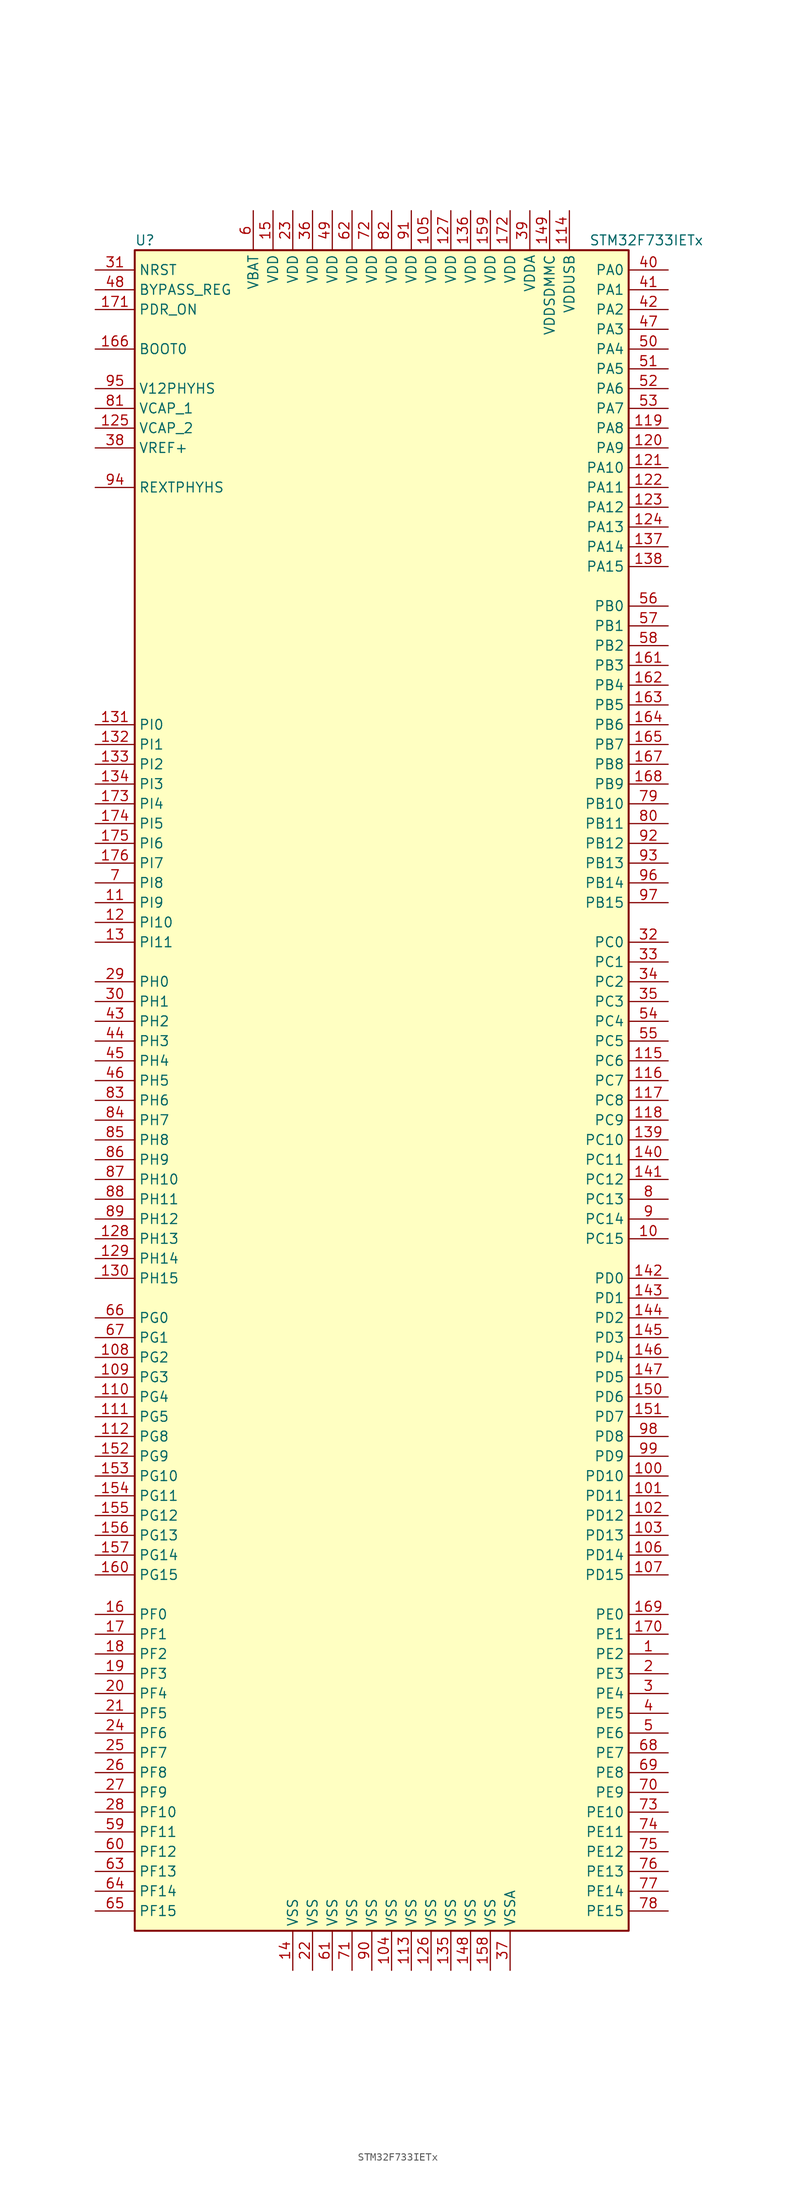
<source format=kicad_sym>
(kicad_symbol_lib
  (version 20201005)
  (generator kicad_symbol_editor)
  (symbol "MCU_ST_STM32F7:STM32F733IETx"
    (property "Reference" "U"
      (at -33.02 107.95 0)
      (effects (font (size 1.27 1.27)) (justify left)))
    (property "Value" "STM32F733IETx"
      (at 25.4 107.95 0)
      (effects (font (size 1.27 1.27)) (justify left)))
    (symbol "STM32F733IETx_0_1"
      (rectangle (start -33.02 -109.22) (end 30.48 106.68) (stroke (width 0.254)) (fill (type background))))
    (symbol "STM32F733IETx_1_1"
      (pin input line (at -38.1 93.98 0) (length 5.08) (name "BOOT0" (effects (font (size 1.27 1.27)))) (number "166" (effects (font (size 1.27 1.27)))))
      (pin input line (at -38.1 101.6 0) (length 5.08) (name "BYPASS_REG" (effects (font (size 1.27 1.27)))) (number "48" (effects (font (size 1.27 1.27)))))
      (pin input line (at -38.1 104.14 0) (length 5.08) (name "NRST" (effects (font (size 1.27 1.27)))) (number "31" (effects (font (size 1.27 1.27)))))
      (pin bidirectional line (at 35.56 104.14 180) (length 5.08) (name "PA0" (effects (font (size 1.27 1.27)))) (number "40" (effects (font (size 1.27 1.27)))))
      (pin bidirectional line (at 35.56 101.6 180) (length 5.08) (name "PA1" (effects (font (size 1.27 1.27)))) (number "41" (effects (font (size 1.27 1.27)))))
      (pin bidirectional line (at 35.56 78.74 180) (length 5.08) (name "PA10" (effects (font (size 1.27 1.27)))) (number "121" (effects (font (size 1.27 1.27)))))
      (pin bidirectional line (at 35.56 76.2 180) (length 5.08) (name "PA11" (effects (font (size 1.27 1.27)))) (number "122" (effects (font (size 1.27 1.27)))))
      (pin bidirectional line (at 35.56 73.66 180) (length 5.08) (name "PA12" (effects (font (size 1.27 1.27)))) (number "123" (effects (font (size 1.27 1.27)))))
      (pin bidirectional line (at 35.56 71.12 180) (length 5.08) (name "PA13" (effects (font (size 1.27 1.27)))) (number "124" (effects (font (size 1.27 1.27)))))
      (pin bidirectional line (at 35.56 68.58 180) (length 5.08) (name "PA14" (effects (font (size 1.27 1.27)))) (number "137" (effects (font (size 1.27 1.27)))))
      (pin bidirectional line (at 35.56 66.04 180) (length 5.08) (name "PA15" (effects (font (size 1.27 1.27)))) (number "138" (effects (font (size 1.27 1.27)))))
      (pin bidirectional line (at 35.56 99.06 180) (length 5.08) (name "PA2" (effects (font (size 1.27 1.27)))) (number "42" (effects (font (size 1.27 1.27)))))
      (pin bidirectional line (at 35.56 96.52 180) (length 5.08) (name "PA3" (effects (font (size 1.27 1.27)))) (number "47" (effects (font (size 1.27 1.27)))))
      (pin bidirectional line (at 35.56 93.98 180) (length 5.08) (name "PA4" (effects (font (size 1.27 1.27)))) (number "50" (effects (font (size 1.27 1.27)))))
      (pin bidirectional line (at 35.56 91.44 180) (length 5.08) (name "PA5" (effects (font (size 1.27 1.27)))) (number "51" (effects (font (size 1.27 1.27)))))
      (pin bidirectional line (at 35.56 88.9 180) (length 5.08) (name "PA6" (effects (font (size 1.27 1.27)))) (number "52" (effects (font (size 1.27 1.27)))))
      (pin bidirectional line (at 35.56 86.36 180) (length 5.08) (name "PA7" (effects (font (size 1.27 1.27)))) (number "53" (effects (font (size 1.27 1.27)))))
      (pin bidirectional line (at 35.56 83.82 180) (length 5.08) (name "PA8" (effects (font (size 1.27 1.27)))) (number "119" (effects (font (size 1.27 1.27)))))
      (pin bidirectional line (at 35.56 81.28 180) (length 5.08) (name "PA9" (effects (font (size 1.27 1.27)))) (number "120" (effects (font (size 1.27 1.27)))))
      (pin bidirectional line (at 35.56 60.96 180) (length 5.08) (name "PB0" (effects (font (size 1.27 1.27)))) (number "56" (effects (font (size 1.27 1.27)))))
      (pin bidirectional line (at 35.56 58.42 180) (length 5.08) (name "PB1" (effects (font (size 1.27 1.27)))) (number "57" (effects (font (size 1.27 1.27)))))
      (pin bidirectional line (at 35.56 35.56 180) (length 5.08) (name "PB10" (effects (font (size 1.27 1.27)))) (number "79" (effects (font (size 1.27 1.27)))))
      (pin bidirectional line (at 35.56 33.02 180) (length 5.08) (name "PB11" (effects (font (size 1.27 1.27)))) (number "80" (effects (font (size 1.27 1.27)))))
      (pin bidirectional line (at 35.56 30.48 180) (length 5.08) (name "PB12" (effects (font (size 1.27 1.27)))) (number "92" (effects (font (size 1.27 1.27)))))
      (pin bidirectional line (at 35.56 27.94 180) (length 5.08) (name "PB13" (effects (font (size 1.27 1.27)))) (number "93" (effects (font (size 1.27 1.27)))))
      (pin bidirectional line (at 35.56 25.4 180) (length 5.08) (name "PB14" (effects (font (size 1.27 1.27)))) (number "96" (effects (font (size 1.27 1.27)))))
      (pin bidirectional line (at 35.56 22.86 180) (length 5.08) (name "PB15" (effects (font (size 1.27 1.27)))) (number "97" (effects (font (size 1.27 1.27)))))
      (pin bidirectional line (at 35.56 55.88 180) (length 5.08) (name "PB2" (effects (font (size 1.27 1.27)))) (number "58" (effects (font (size 1.27 1.27)))))
      (pin bidirectional line (at 35.56 53.34 180) (length 5.08) (name "PB3" (effects (font (size 1.27 1.27)))) (number "161" (effects (font (size 1.27 1.27)))))
      (pin bidirectional line (at 35.56 50.8 180) (length 5.08) (name "PB4" (effects (font (size 1.27 1.27)))) (number "162" (effects (font (size 1.27 1.27)))))
      (pin bidirectional line (at 35.56 48.26 180) (length 5.08) (name "PB5" (effects (font (size 1.27 1.27)))) (number "163" (effects (font (size 1.27 1.27)))))
      (pin bidirectional line (at 35.56 45.72 180) (length 5.08) (name "PB6" (effects (font (size 1.27 1.27)))) (number "164" (effects (font (size 1.27 1.27)))))
      (pin bidirectional line (at 35.56 43.18 180) (length 5.08) (name "PB7" (effects (font (size 1.27 1.27)))) (number "165" (effects (font (size 1.27 1.27)))))
      (pin bidirectional line (at 35.56 40.64 180) (length 5.08) (name "PB8" (effects (font (size 1.27 1.27)))) (number "167" (effects (font (size 1.27 1.27)))))
      (pin bidirectional line (at 35.56 38.1 180) (length 5.08) (name "PB9" (effects (font (size 1.27 1.27)))) (number "168" (effects (font (size 1.27 1.27)))))
      (pin bidirectional line (at 35.56 17.78 180) (length 5.08) (name "PC0" (effects (font (size 1.27 1.27)))) (number "32" (effects (font (size 1.27 1.27)))))
      (pin bidirectional line (at 35.56 15.24 180) (length 5.08) (name "PC1" (effects (font (size 1.27 1.27)))) (number "33" (effects (font (size 1.27 1.27)))))
      (pin bidirectional line (at 35.56 -7.62 180) (length 5.08) (name "PC10" (effects (font (size 1.27 1.27)))) (number "139" (effects (font (size 1.27 1.27)))))
      (pin bidirectional line (at 35.56 -10.16 180) (length 5.08) (name "PC11" (effects (font (size 1.27 1.27)))) (number "140" (effects (font (size 1.27 1.27)))))
      (pin bidirectional line (at 35.56 -12.7 180) (length 5.08) (name "PC12" (effects (font (size 1.27 1.27)))) (number "141" (effects (font (size 1.27 1.27)))))
      (pin bidirectional line (at 35.56 -15.24 180) (length 5.08) (name "PC13" (effects (font (size 1.27 1.27)))) (number "8" (effects (font (size 1.27 1.27)))))
      (pin bidirectional line (at 35.56 -17.78 180) (length 5.08) (name "PC14" (effects (font (size 1.27 1.27)))) (number "9" (effects (font (size 1.27 1.27)))))
      (pin bidirectional line (at 35.56 -20.32 180) (length 5.08) (name "PC15" (effects (font (size 1.27 1.27)))) (number "10" (effects (font (size 1.27 1.27)))))
      (pin bidirectional line (at 35.56 12.7 180) (length 5.08) (name "PC2" (effects (font (size 1.27 1.27)))) (number "34" (effects (font (size 1.27 1.27)))))
      (pin bidirectional line (at 35.56 10.16 180) (length 5.08) (name "PC3" (effects (font (size 1.27 1.27)))) (number "35" (effects (font (size 1.27 1.27)))))
      (pin bidirectional line (at 35.56 7.62 180) (length 5.08) (name "PC4" (effects (font (size 1.27 1.27)))) (number "54" (effects (font (size 1.27 1.27)))))
      (pin bidirectional line (at 35.56 5.08 180) (length 5.08) (name "PC5" (effects (font (size 1.27 1.27)))) (number "55" (effects (font (size 1.27 1.27)))))
      (pin bidirectional line (at 35.56 2.54 180) (length 5.08) (name "PC6" (effects (font (size 1.27 1.27)))) (number "115" (effects (font (size 1.27 1.27)))))
      (pin bidirectional line (at 35.56 0 180) (length 5.08) (name "PC7" (effects (font (size 1.27 1.27)))) (number "116" (effects (font (size 1.27 1.27)))))
      (pin bidirectional line (at 35.56 -2.54 180) (length 5.08) (name "PC8" (effects (font (size 1.27 1.27)))) (number "117" (effects (font (size 1.27 1.27)))))
      (pin bidirectional line (at 35.56 -5.08 180) (length 5.08) (name "PC9" (effects (font (size 1.27 1.27)))) (number "118" (effects (font (size 1.27 1.27)))))
      (pin bidirectional line (at 35.56 -25.4 180) (length 5.08) (name "PD0" (effects (font (size 1.27 1.27)))) (number "142" (effects (font (size 1.27 1.27)))))
      (pin bidirectional line (at 35.56 -27.94 180) (length 5.08) (name "PD1" (effects (font (size 1.27 1.27)))) (number "143" (effects (font (size 1.27 1.27)))))
      (pin bidirectional line (at 35.56 -50.8 180) (length 5.08) (name "PD10" (effects (font (size 1.27 1.27)))) (number "100" (effects (font (size 1.27 1.27)))))
      (pin bidirectional line (at 35.56 -53.34 180) (length 5.08) (name "PD11" (effects (font (size 1.27 1.27)))) (number "101" (effects (font (size 1.27 1.27)))))
      (pin bidirectional line (at 35.56 -55.88 180) (length 5.08) (name "PD12" (effects (font (size 1.27 1.27)))) (number "102" (effects (font (size 1.27 1.27)))))
      (pin bidirectional line (at 35.56 -58.42 180) (length 5.08) (name "PD13" (effects (font (size 1.27 1.27)))) (number "103" (effects (font (size 1.27 1.27)))))
      (pin bidirectional line (at 35.56 -60.96 180) (length 5.08) (name "PD14" (effects (font (size 1.27 1.27)))) (number "106" (effects (font (size 1.27 1.27)))))
      (pin bidirectional line (at 35.56 -63.5 180) (length 5.08) (name "PD15" (effects (font (size 1.27 1.27)))) (number "107" (effects (font (size 1.27 1.27)))))
      (pin bidirectional line (at 35.56 -30.48 180) (length 5.08) (name "PD2" (effects (font (size 1.27 1.27)))) (number "144" (effects (font (size 1.27 1.27)))))
      (pin bidirectional line (at 35.56 -33.02 180) (length 5.08) (name "PD3" (effects (font (size 1.27 1.27)))) (number "145" (effects (font (size 1.27 1.27)))))
      (pin bidirectional line (at 35.56 -35.56 180) (length 5.08) (name "PD4" (effects (font (size 1.27 1.27)))) (number "146" (effects (font (size 1.27 1.27)))))
      (pin bidirectional line (at 35.56 -38.1 180) (length 5.08) (name "PD5" (effects (font (size 1.27 1.27)))) (number "147" (effects (font (size 1.27 1.27)))))
      (pin bidirectional line (at 35.56 -40.64 180) (length 5.08) (name "PD6" (effects (font (size 1.27 1.27)))) (number "150" (effects (font (size 1.27 1.27)))))
      (pin bidirectional line (at 35.56 -43.18 180) (length 5.08) (name "PD7" (effects (font (size 1.27 1.27)))) (number "151" (effects (font (size 1.27 1.27)))))
      (pin bidirectional line (at 35.56 -45.72 180) (length 5.08) (name "PD8" (effects (font (size 1.27 1.27)))) (number "98" (effects (font (size 1.27 1.27)))))
      (pin bidirectional line (at 35.56 -48.26 180) (length 5.08) (name "PD9" (effects (font (size 1.27 1.27)))) (number "99" (effects (font (size 1.27 1.27)))))
      (pin input line (at -38.1 99.06 0) (length 5.08) (name "PDR_ON" (effects (font (size 1.27 1.27)))) (number "171" (effects (font (size 1.27 1.27)))))
      (pin bidirectional line (at 35.56 -68.58 180) (length 5.08) (name "PE0" (effects (font (size 1.27 1.27)))) (number "169" (effects (font (size 1.27 1.27)))))
      (pin bidirectional line (at 35.56 -71.12 180) (length 5.08) (name "PE1" (effects (font (size 1.27 1.27)))) (number "170" (effects (font (size 1.27 1.27)))))
      (pin bidirectional line (at 35.56 -93.98 180) (length 5.08) (name "PE10" (effects (font (size 1.27 1.27)))) (number "73" (effects (font (size 1.27 1.27)))))
      (pin bidirectional line (at 35.56 -96.52 180) (length 5.08) (name "PE11" (effects (font (size 1.27 1.27)))) (number "74" (effects (font (size 1.27 1.27)))))
      (pin bidirectional line (at 35.56 -99.06 180) (length 5.08) (name "PE12" (effects (font (size 1.27 1.27)))) (number "75" (effects (font (size 1.27 1.27)))))
      (pin bidirectional line (at 35.56 -101.6 180) (length 5.08) (name "PE13" (effects (font (size 1.27 1.27)))) (number "76" (effects (font (size 1.27 1.27)))))
      (pin bidirectional line (at 35.56 -104.14 180) (length 5.08) (name "PE14" (effects (font (size 1.27 1.27)))) (number "77" (effects (font (size 1.27 1.27)))))
      (pin bidirectional line (at 35.56 -106.68 180) (length 5.08) (name "PE15" (effects (font (size 1.27 1.27)))) (number "78" (effects (font (size 1.27 1.27)))))
      (pin bidirectional line (at 35.56 -73.66 180) (length 5.08) (name "PE2" (effects (font (size 1.27 1.27)))) (number "1" (effects (font (size 1.27 1.27)))))
      (pin bidirectional line (at 35.56 -76.2 180) (length 5.08) (name "PE3" (effects (font (size 1.27 1.27)))) (number "2" (effects (font (size 1.27 1.27)))))
      (pin bidirectional line (at 35.56 -78.74 180) (length 5.08) (name "PE4" (effects (font (size 1.27 1.27)))) (number "3" (effects (font (size 1.27 1.27)))))
      (pin bidirectional line (at 35.56 -81.28 180) (length 5.08) (name "PE5" (effects (font (size 1.27 1.27)))) (number "4" (effects (font (size 1.27 1.27)))))
      (pin bidirectional line (at 35.56 -83.82 180) (length 5.08) (name "PE6" (effects (font (size 1.27 1.27)))) (number "5" (effects (font (size 1.27 1.27)))))
      (pin bidirectional line (at 35.56 -86.36 180) (length 5.08) (name "PE7" (effects (font (size 1.27 1.27)))) (number "68" (effects (font (size 1.27 1.27)))))
      (pin bidirectional line (at 35.56 -88.9 180) (length 5.08) (name "PE8" (effects (font (size 1.27 1.27)))) (number "69" (effects (font (size 1.27 1.27)))))
      (pin bidirectional line (at 35.56 -91.44 180) (length 5.08) (name "PE9" (effects (font (size 1.27 1.27)))) (number "70" (effects (font (size 1.27 1.27)))))
      (pin bidirectional line (at -38.1 -68.58 0) (length 5.08) (name "PF0" (effects (font (size 1.27 1.27)))) (number "16" (effects (font (size 1.27 1.27)))))
      (pin bidirectional line (at -38.1 -71.12 0) (length 5.08) (name "PF1" (effects (font (size 1.27 1.27)))) (number "17" (effects (font (size 1.27 1.27)))))
      (pin bidirectional line (at -38.1 -93.98 0) (length 5.08) (name "PF10" (effects (font (size 1.27 1.27)))) (number "28" (effects (font (size 1.27 1.27)))))
      (pin bidirectional line (at -38.1 -96.52 0) (length 5.08) (name "PF11" (effects (font (size 1.27 1.27)))) (number "59" (effects (font (size 1.27 1.27)))))
      (pin bidirectional line (at -38.1 -99.06 0) (length 5.08) (name "PF12" (effects (font (size 1.27 1.27)))) (number "60" (effects (font (size 1.27 1.27)))))
      (pin bidirectional line (at -38.1 -101.6 0) (length 5.08) (name "PF13" (effects (font (size 1.27 1.27)))) (number "63" (effects (font (size 1.27 1.27)))))
      (pin bidirectional line (at -38.1 -104.14 0) (length 5.08) (name "PF14" (effects (font (size 1.27 1.27)))) (number "64" (effects (font (size 1.27 1.27)))))
      (pin bidirectional line (at -38.1 -106.68 0) (length 5.08) (name "PF15" (effects (font (size 1.27 1.27)))) (number "65" (effects (font (size 1.27 1.27)))))
      (pin bidirectional line (at -38.1 -73.66 0) (length 5.08) (name "PF2" (effects (font (size 1.27 1.27)))) (number "18" (effects (font (size 1.27 1.27)))))
      (pin bidirectional line (at -38.1 -76.2 0) (length 5.08) (name "PF3" (effects (font (size 1.27 1.27)))) (number "19" (effects (font (size 1.27 1.27)))))
      (pin bidirectional line (at -38.1 -78.74 0) (length 5.08) (name "PF4" (effects (font (size 1.27 1.27)))) (number "20" (effects (font (size 1.27 1.27)))))
      (pin bidirectional line (at -38.1 -81.28 0) (length 5.08) (name "PF5" (effects (font (size 1.27 1.27)))) (number "21" (effects (font (size 1.27 1.27)))))
      (pin bidirectional line (at -38.1 -83.82 0) (length 5.08) (name "PF6" (effects (font (size 1.27 1.27)))) (number "24" (effects (font (size 1.27 1.27)))))
      (pin bidirectional line (at -38.1 -86.36 0) (length 5.08) (name "PF7" (effects (font (size 1.27 1.27)))) (number "25" (effects (font (size 1.27 1.27)))))
      (pin bidirectional line (at -38.1 -88.9 0) (length 5.08) (name "PF8" (effects (font (size 1.27 1.27)))) (number "26" (effects (font (size 1.27 1.27)))))
      (pin bidirectional line (at -38.1 -91.44 0) (length 5.08) (name "PF9" (effects (font (size 1.27 1.27)))) (number "27" (effects (font (size 1.27 1.27)))))
      (pin bidirectional line (at -38.1 -30.48 0) (length 5.08) (name "PG0" (effects (font (size 1.27 1.27)))) (number "66" (effects (font (size 1.27 1.27)))))
      (pin bidirectional line (at -38.1 -33.02 0) (length 5.08) (name "PG1" (effects (font (size 1.27 1.27)))) (number "67" (effects (font (size 1.27 1.27)))))
      (pin bidirectional line (at -38.1 -50.8 0) (length 5.08) (name "PG10" (effects (font (size 1.27 1.27)))) (number "153" (effects (font (size 1.27 1.27)))))
      (pin bidirectional line (at -38.1 -53.34 0) (length 5.08) (name "PG11" (effects (font (size 1.27 1.27)))) (number "154" (effects (font (size 1.27 1.27)))))
      (pin bidirectional line (at -38.1 -55.88 0) (length 5.08) (name "PG12" (effects (font (size 1.27 1.27)))) (number "155" (effects (font (size 1.27 1.27)))))
      (pin bidirectional line (at -38.1 -58.42 0) (length 5.08) (name "PG13" (effects (font (size 1.27 1.27)))) (number "156" (effects (font (size 1.27 1.27)))))
      (pin bidirectional line (at -38.1 -60.96 0) (length 5.08) (name "PG14" (effects (font (size 1.27 1.27)))) (number "157" (effects (font (size 1.27 1.27)))))
      (pin bidirectional line (at -38.1 -63.5 0) (length 5.08) (name "PG15" (effects (font (size 1.27 1.27)))) (number "160" (effects (font (size 1.27 1.27)))))
      (pin bidirectional line (at -38.1 -35.56 0) (length 5.08) (name "PG2" (effects (font (size 1.27 1.27)))) (number "108" (effects (font (size 1.27 1.27)))))
      (pin bidirectional line (at -38.1 -38.1 0) (length 5.08) (name "PG3" (effects (font (size 1.27 1.27)))) (number "109" (effects (font (size 1.27 1.27)))))
      (pin bidirectional line (at -38.1 -40.64 0) (length 5.08) (name "PG4" (effects (font (size 1.27 1.27)))) (number "110" (effects (font (size 1.27 1.27)))))
      (pin bidirectional line (at -38.1 -43.18 0) (length 5.08) (name "PG5" (effects (font (size 1.27 1.27)))) (number "111" (effects (font (size 1.27 1.27)))))
      (pin bidirectional line (at -38.1 -45.72 0) (length 5.08) (name "PG8" (effects (font (size 1.27 1.27)))) (number "112" (effects (font (size 1.27 1.27)))))
      (pin bidirectional line (at -38.1 -48.26 0) (length 5.08) (name "PG9" (effects (font (size 1.27 1.27)))) (number "152" (effects (font (size 1.27 1.27)))))
      (pin input line (at -38.1 12.7 0) (length 5.08) (name "PH0" (effects (font (size 1.27 1.27)))) (number "29" (effects (font (size 1.27 1.27)))))
      (pin input line (at -38.1 10.16 0) (length 5.08) (name "PH1" (effects (font (size 1.27 1.27)))) (number "30" (effects (font (size 1.27 1.27)))))
      (pin bidirectional line (at -38.1 -12.7 0) (length 5.08) (name "PH10" (effects (font (size 1.27 1.27)))) (number "87" (effects (font (size 1.27 1.27)))))
      (pin bidirectional line (at -38.1 -15.24 0) (length 5.08) (name "PH11" (effects (font (size 1.27 1.27)))) (number "88" (effects (font (size 1.27 1.27)))))
      (pin bidirectional line (at -38.1 -17.78 0) (length 5.08) (name "PH12" (effects (font (size 1.27 1.27)))) (number "89" (effects (font (size 1.27 1.27)))))
      (pin bidirectional line (at -38.1 -20.32 0) (length 5.08) (name "PH13" (effects (font (size 1.27 1.27)))) (number "128" (effects (font (size 1.27 1.27)))))
      (pin bidirectional line (at -38.1 -22.86 0) (length 5.08) (name "PH14" (effects (font (size 1.27 1.27)))) (number "129" (effects (font (size 1.27 1.27)))))
      (pin bidirectional line (at -38.1 -25.4 0) (length 5.08) (name "PH15" (effects (font (size 1.27 1.27)))) (number "130" (effects (font (size 1.27 1.27)))))
      (pin bidirectional line (at -38.1 7.62 0) (length 5.08) (name "PH2" (effects (font (size 1.27 1.27)))) (number "43" (effects (font (size 1.27 1.27)))))
      (pin bidirectional line (at -38.1 5.08 0) (length 5.08) (name "PH3" (effects (font (size 1.27 1.27)))) (number "44" (effects (font (size 1.27 1.27)))))
      (pin bidirectional line (at -38.1 2.54 0) (length 5.08) (name "PH4" (effects (font (size 1.27 1.27)))) (number "45" (effects (font (size 1.27 1.27)))))
      (pin bidirectional line (at -38.1 0 0) (length 5.08) (name "PH5" (effects (font (size 1.27 1.27)))) (number "46" (effects (font (size 1.27 1.27)))))
      (pin bidirectional line (at -38.1 -2.54 0) (length 5.08) (name "PH6" (effects (font (size 1.27 1.27)))) (number "83" (effects (font (size 1.27 1.27)))))
      (pin bidirectional line (at -38.1 -5.08 0) (length 5.08) (name "PH7" (effects (font (size 1.27 1.27)))) (number "84" (effects (font (size 1.27 1.27)))))
      (pin bidirectional line (at -38.1 -7.62 0) (length 5.08) (name "PH8" (effects (font (size 1.27 1.27)))) (number "85" (effects (font (size 1.27 1.27)))))
      (pin bidirectional line (at -38.1 -10.16 0) (length 5.08) (name "PH9" (effects (font (size 1.27 1.27)))) (number "86" (effects (font (size 1.27 1.27)))))
      (pin bidirectional line (at -38.1 45.72 0) (length 5.08) (name "PI0" (effects (font (size 1.27 1.27)))) (number "131" (effects (font (size 1.27 1.27)))))
      (pin bidirectional line (at -38.1 43.18 0) (length 5.08) (name "PI1" (effects (font (size 1.27 1.27)))) (number "132" (effects (font (size 1.27 1.27)))))
      (pin bidirectional line (at -38.1 20.32 0) (length 5.08) (name "PI10" (effects (font (size 1.27 1.27)))) (number "12" (effects (font (size 1.27 1.27)))))
      (pin bidirectional line (at -38.1 17.78 0) (length 5.08) (name "PI11" (effects (font (size 1.27 1.27)))) (number "13" (effects (font (size 1.27 1.27)))))
      (pin bidirectional line (at -38.1 40.64 0) (length 5.08) (name "PI2" (effects (font (size 1.27 1.27)))) (number "133" (effects (font (size 1.27 1.27)))))
      (pin bidirectional line (at -38.1 38.1 0) (length 5.08) (name "PI3" (effects (font (size 1.27 1.27)))) (number "134" (effects (font (size 1.27 1.27)))))
      (pin bidirectional line (at -38.1 35.56 0) (length 5.08) (name "PI4" (effects (font (size 1.27 1.27)))) (number "173" (effects (font (size 1.27 1.27)))))
      (pin bidirectional line (at -38.1 33.02 0) (length 5.08) (name "PI5" (effects (font (size 1.27 1.27)))) (number "174" (effects (font (size 1.27 1.27)))))
      (pin bidirectional line (at -38.1 30.48 0) (length 5.08) (name "PI6" (effects (font (size 1.27 1.27)))) (number "175" (effects (font (size 1.27 1.27)))))
      (pin bidirectional line (at -38.1 27.94 0) (length 5.08) (name "PI7" (effects (font (size 1.27 1.27)))) (number "176" (effects (font (size 1.27 1.27)))))
      (pin bidirectional line (at -38.1 25.4 0) (length 5.08) (name "PI8" (effects (font (size 1.27 1.27)))) (number "7" (effects (font (size 1.27 1.27)))))
      (pin bidirectional line (at -38.1 22.86 0) (length 5.08) (name "PI9" (effects (font (size 1.27 1.27)))) (number "11" (effects (font (size 1.27 1.27)))))
      (pin bidirectional line (at -38.1 76.2 0) (length 5.08) (name "REXTPHYHS" (effects (font (size 1.27 1.27)))) (number "94" (effects (font (size 1.27 1.27)))))
      (pin power_in line (at -38.1 88.9 0) (length 5.08) (name "V12PHYHS" (effects (font (size 1.27 1.27)))) (number "95" (effects (font (size 1.27 1.27)))))
      (pin power_in line (at -17.78 111.76 270) (length 5.08) (name "VBAT" (effects (font (size 1.27 1.27)))) (number "6" (effects (font (size 1.27 1.27)))))
      (pin power_in line (at -38.1 86.36 0) (length 5.08) (name "VCAP_1" (effects (font (size 1.27 1.27)))) (number "81" (effects (font (size 1.27 1.27)))))
      (pin power_in line (at -38.1 83.82 0) (length 5.08) (name "VCAP_2" (effects (font (size 1.27 1.27)))) (number "125" (effects (font (size 1.27 1.27)))))
      (pin power_in line (at 5.08 111.76 270) (length 5.08) (name "VDD" (effects (font (size 1.27 1.27)))) (number "105" (effects (font (size 1.27 1.27)))))
      (pin power_in line (at 7.62 111.76 270) (length 5.08) (name "VDD" (effects (font (size 1.27 1.27)))) (number "127" (effects (font (size 1.27 1.27)))))
      (pin power_in line (at 10.16 111.76 270) (length 5.08) (name "VDD" (effects (font (size 1.27 1.27)))) (number "136" (effects (font (size 1.27 1.27)))))
      (pin power_in line (at -15.24 111.76 270) (length 5.08) (name "VDD" (effects (font (size 1.27 1.27)))) (number "15" (effects (font (size 1.27 1.27)))))
      (pin power_in line (at 12.7 111.76 270) (length 5.08) (name "VDD" (effects (font (size 1.27 1.27)))) (number "159" (effects (font (size 1.27 1.27)))))
      (pin power_in line (at 15.24 111.76 270) (length 5.08) (name "VDD" (effects (font (size 1.27 1.27)))) (number "172" (effects (font (size 1.27 1.27)))))
      (pin power_in line (at -12.7 111.76 270) (length 5.08) (name "VDD" (effects (font (size 1.27 1.27)))) (number "23" (effects (font (size 1.27 1.27)))))
      (pin power_in line (at -10.16 111.76 270) (length 5.08) (name "VDD" (effects (font (size 1.27 1.27)))) (number "36" (effects (font (size 1.27 1.27)))))
      (pin power_in line (at -7.62 111.76 270) (length 5.08) (name "VDD" (effects (font (size 1.27 1.27)))) (number "49" (effects (font (size 1.27 1.27)))))
      (pin power_in line (at -5.08 111.76 270) (length 5.08) (name "VDD" (effects (font (size 1.27 1.27)))) (number "62" (effects (font (size 1.27 1.27)))))
      (pin power_in line (at -2.54 111.76 270) (length 5.08) (name "VDD" (effects (font (size 1.27 1.27)))) (number "72" (effects (font (size 1.27 1.27)))))
      (pin power_in line (at 0 111.76 270) (length 5.08) (name "VDD" (effects (font (size 1.27 1.27)))) (number "82" (effects (font (size 1.27 1.27)))))
      (pin power_in line (at 2.54 111.76 270) (length 5.08) (name "VDD" (effects (font (size 1.27 1.27)))) (number "91" (effects (font (size 1.27 1.27)))))
      (pin power_in line (at 17.78 111.76 270) (length 5.08) (name "VDDA" (effects (font (size 1.27 1.27)))) (number "39" (effects (font (size 1.27 1.27)))))
      (pin power_in line (at 20.32 111.76 270) (length 5.08) (name "VDDSDMMC" (effects (font (size 1.27 1.27)))) (number "149" (effects (font (size 1.27 1.27)))))
      (pin power_in line (at 22.86 111.76 270) (length 5.08) (name "VDDUSB" (effects (font (size 1.27 1.27)))) (number "114" (effects (font (size 1.27 1.27)))))
      (pin power_in line (at -38.1 81.28 0) (length 5.08) (name "VREF+" (effects (font (size 1.27 1.27)))) (number "38" (effects (font (size 1.27 1.27)))))
      (pin power_in line (at 0 -114.3 90) (length 5.08) (name "VSS" (effects (font (size 1.27 1.27)))) (number "104" (effects (font (size 1.27 1.27)))))
      (pin power_in line (at 2.54 -114.3 90) (length 5.08) (name "VSS" (effects (font (size 1.27 1.27)))) (number "113" (effects (font (size 1.27 1.27)))))
      (pin power_in line (at 5.08 -114.3 90) (length 5.08) (name "VSS" (effects (font (size 1.27 1.27)))) (number "126" (effects (font (size 1.27 1.27)))))
      (pin power_in line (at 7.62 -114.3 90) (length 5.08) (name "VSS" (effects (font (size 1.27 1.27)))) (number "135" (effects (font (size 1.27 1.27)))))
      (pin power_in line (at -12.7 -114.3 90) (length 5.08) (name "VSS" (effects (font (size 1.27 1.27)))) (number "14" (effects (font (size 1.27 1.27)))))
      (pin power_in line (at 10.16 -114.3 90) (length 5.08) (name "VSS" (effects (font (size 1.27 1.27)))) (number "148" (effects (font (size 1.27 1.27)))))
      (pin power_in line (at 12.7 -114.3 90) (length 5.08) (name "VSS" (effects (font (size 1.27 1.27)))) (number "158" (effects (font (size 1.27 1.27)))))
      (pin power_in line (at -10.16 -114.3 90) (length 5.08) (name "VSS" (effects (font (size 1.27 1.27)))) (number "22" (effects (font (size 1.27 1.27)))))
      (pin power_in line (at -7.62 -114.3 90) (length 5.08) (name "VSS" (effects (font (size 1.27 1.27)))) (number "61" (effects (font (size 1.27 1.27)))))
      (pin power_in line (at -5.08 -114.3 90) (length 5.08) (name "VSS" (effects (font (size 1.27 1.27)))) (number "71" (effects (font (size 1.27 1.27)))))
      (pin power_in line (at -2.54 -114.3 90) (length 5.08) (name "VSS" (effects (font (size 1.27 1.27)))) (number "90" (effects (font (size 1.27 1.27)))))
      (pin power_in line (at 15.24 -114.3 90) (length 5.08) (name "VSSA" (effects (font (size 1.27 1.27)))) (number "37" (effects (font (size 1.27 1.27))))))))
</source>
